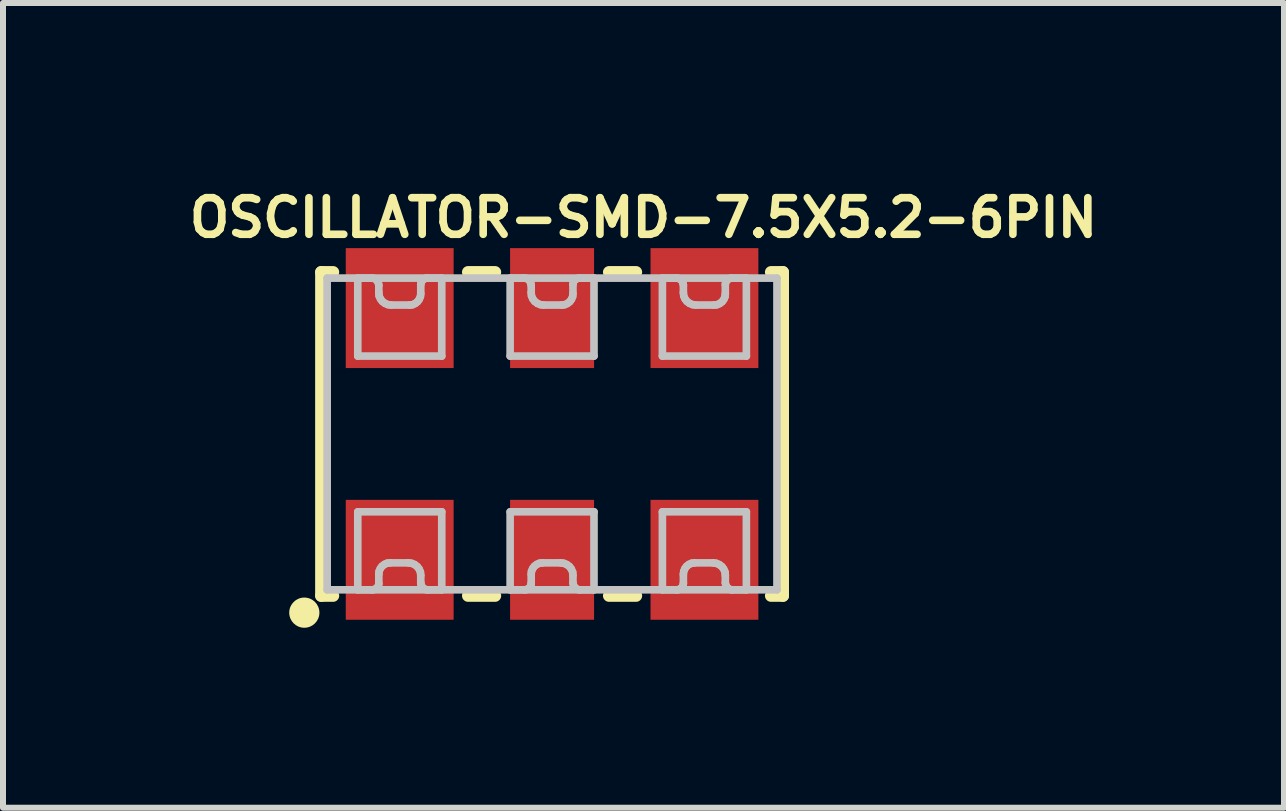
<source format=kicad_pcb>
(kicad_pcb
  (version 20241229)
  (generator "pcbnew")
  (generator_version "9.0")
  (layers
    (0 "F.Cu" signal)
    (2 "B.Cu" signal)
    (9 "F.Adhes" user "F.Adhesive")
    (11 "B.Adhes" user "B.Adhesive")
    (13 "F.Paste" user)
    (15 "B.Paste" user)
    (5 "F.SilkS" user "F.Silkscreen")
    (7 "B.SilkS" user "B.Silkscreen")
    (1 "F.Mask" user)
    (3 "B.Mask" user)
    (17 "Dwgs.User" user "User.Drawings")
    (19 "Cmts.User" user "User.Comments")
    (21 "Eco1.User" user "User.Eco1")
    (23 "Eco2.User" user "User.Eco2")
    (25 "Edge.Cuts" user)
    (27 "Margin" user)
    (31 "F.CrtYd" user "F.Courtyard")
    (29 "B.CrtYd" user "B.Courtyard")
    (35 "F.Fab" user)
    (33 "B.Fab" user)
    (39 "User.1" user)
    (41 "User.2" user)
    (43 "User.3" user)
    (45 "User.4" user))
  (footprint "OSCILLATOR-SMD-7.5X5.2-6PIN"
    (layer "F.Cu")
    (at 6.153 4.184)
    (property "Reference" "OSCILLATOR-SMD-7.5X5.2-6PIN" (at 1.524 -3.604 0) (layer "F.SilkS") (effects (font (size 0.61 0.61) (thickness 0.127))))
    (attr smd)
    (fp_line (start -3.848 -2.697) (end -3.848 2.697) (stroke (width 0.203) (type solid)) (layer "F.SilkS"))
    (fp_line (start -3.848 -2.697) (end -3.65 -2.697) (stroke (width 0.203) (type solid)) (layer "F.SilkS"))
    (fp_line (start -3.848 2.697) (end -3.65 2.697) (stroke (width 0.203) (type solid)) (layer "F.SilkS"))
    (fp_line (start -1.4 -2.697) (end -0.95 -2.697) (stroke (width 0.203) (type solid)) (layer "F.SilkS"))
    (fp_line (start -1.4 2.697) (end -0.95 2.697) (stroke (width 0.203) (type solid)) (layer "F.SilkS"))
    (fp_line (start 0.95 -2.697) (end 1.4 -2.697) (stroke (width 0.203) (type solid)) (layer "F.SilkS"))
    (fp_line (start 0.95 2.697) (end 1.4 2.697) (stroke (width 0.203) (type solid)) (layer "F.SilkS"))
    (fp_line (start 3.65 -2.697) (end 3.848 -2.697) (stroke (width 0.203) (type solid)) (layer "F.SilkS"))
    (fp_line (start 3.65 2.697) (end 3.848 2.697) (stroke (width 0.203) (type solid)) (layer "F.SilkS"))
    (fp_line (start 3.848 2.697) (end 3.848 -2.697) (stroke (width 0.203) (type solid)) (layer "F.SilkS"))
    (fp_circle (center -4.13 2.979) (end -4.308 3.157) (stroke (width 0) (type solid)) (fill yes) (layer "F.SilkS"))
    (fp_line (start -3.749 -2.598) (end -3.749 2.598) (stroke (width 0.127) (type solid)) (layer "Dwgs.User"))
    (fp_line (start -3.749 2.598) (end 3.749 2.598) (stroke (width 0.127) (type solid)) (layer "Dwgs.User"))
    (fp_line (start -3.239 -2.598) (end -3.005 -2.598) (stroke (width 0.127) (type solid)) (layer "Dwgs.User"))
    (fp_line (start -3.239 -1.298) (end -3.239 -2.598) (stroke (width 0.127) (type solid)) (layer "Dwgs.User"))
    (fp_line (start -3.239 1.298) (end -1.839 1.298) (stroke (width 0.127) (type solid)) (layer "Dwgs.User"))
    (fp_line (start -3.239 2.598) (end -3.239 1.298) (stroke (width 0.127) (type solid)) (layer "Dwgs.User"))
    (fp_line (start -3.005 -2.598) (end -2.969 -2.593) (stroke (width 0.127) (type solid)) (layer "Dwgs.User"))
    (fp_line (start -2.997 2.598) (end -3.239 2.598) (stroke (width 0.127) (type solid)) (layer "Dwgs.User"))
    (fp_line (start -2.969 -2.593) (end -2.936 -2.576) (stroke (width 0.127) (type solid)) (layer "Dwgs.User"))
    (fp_line (start -2.964 2.593) (end -2.997 2.598) (stroke (width 0.127) (type solid)) (layer "Dwgs.User"))
    (fp_line (start -2.936 -2.576) (end -2.911 -2.55) (stroke (width 0.127) (type solid)) (layer "Dwgs.User"))
    (fp_line (start -2.934 2.578) (end -2.964 2.593) (stroke (width 0.127) (type solid)) (layer "Dwgs.User"))
    (fp_line (start -2.911 -2.55) (end -2.896 -2.517) (stroke (width 0.127) (type solid)) (layer "Dwgs.User"))
    (fp_line (start -2.908 2.555) (end -2.934 2.578) (stroke (width 0.127) (type solid)) (layer "Dwgs.User"))
    (fp_line (start -2.896 -2.517) (end -2.888 -2.482) (stroke (width 0.127) (type solid)) (layer "Dwgs.User"))
    (fp_line (start -2.893 2.525) (end -2.908 2.555) (stroke (width 0.127) (type solid)) (layer "Dwgs.User"))
    (fp_line (start -2.888 -2.482) (end -2.888 -2.355) (stroke (width 0.127) (type solid)) (layer "Dwgs.User"))
    (fp_line (start -2.888 -2.355) (end -2.883 -2.301) (stroke (width 0.127) (type solid)) (layer "Dwgs.User"))
    (fp_line (start -2.888 2.337) (end -2.888 2.492) (stroke (width 0.127) (type solid)) (layer "Dwgs.User"))
    (fp_line (start -2.888 2.492) (end -2.893 2.525) (stroke (width 0.127) (type solid)) (layer "Dwgs.User"))
    (fp_line (start -2.883 -2.301) (end -2.86 -2.25) (stroke (width 0.127) (type solid)) (layer "Dwgs.User"))
    (fp_line (start -2.883 2.289) (end -2.888 2.337) (stroke (width 0.127) (type solid)) (layer "Dwgs.User"))
    (fp_line (start -2.863 2.243) (end -2.883 2.289) (stroke (width 0.127) (type solid)) (layer "Dwgs.User"))
    (fp_line (start -2.86 -2.25) (end -2.83 -2.21) (stroke (width 0.127) (type solid)) (layer "Dwgs.User"))
    (fp_line (start -2.835 2.205) (end -2.863 2.243) (stroke (width 0.127) (type solid)) (layer "Dwgs.User"))
    (fp_line (start -2.83 -2.21) (end -2.786 -2.177) (stroke (width 0.127) (type solid)) (layer "Dwgs.User"))
    (fp_line (start -2.794 2.174) (end -2.835 2.205) (stroke (width 0.127) (type solid)) (layer "Dwgs.User"))
    (fp_line (start -2.786 -2.177) (end -2.736 -2.156) (stroke (width 0.127) (type solid)) (layer "Dwgs.User"))
    (fp_line (start -2.748 2.154) (end -2.794 2.174) (stroke (width 0.127) (type solid)) (layer "Dwgs.User"))
    (fp_line (start -2.736 -2.156) (end -2.685 -2.149) (stroke (width 0.127) (type solid)) (layer "Dwgs.User"))
    (fp_line (start -2.7 2.149) (end -2.748 2.154) (stroke (width 0.127) (type solid)) (layer "Dwgs.User"))
    (fp_line (start -2.685 -2.149) (end -2.377 -2.149) (stroke (width 0.127) (type solid)) (layer "Dwgs.User"))
    (fp_line (start -2.393 2.149) (end -2.7 2.149) (stroke (width 0.127) (type solid)) (layer "Dwgs.User"))
    (fp_line (start -2.377 -2.149) (end -2.329 -2.154) (stroke (width 0.127) (type solid)) (layer "Dwgs.User"))
    (fp_line (start -2.342 2.156) (end -2.393 2.149) (stroke (width 0.127) (type solid)) (layer "Dwgs.User"))
    (fp_line (start -2.329 -2.154) (end -2.283 -2.174) (stroke (width 0.127) (type solid)) (layer "Dwgs.User"))
    (fp_line (start -2.291 2.177) (end -2.342 2.156) (stroke (width 0.127) (type solid)) (layer "Dwgs.User"))
    (fp_line (start -2.283 -2.174) (end -2.243 -2.205) (stroke (width 0.127) (type solid)) (layer "Dwgs.User"))
    (fp_line (start -2.248 2.21) (end -2.291 2.177) (stroke (width 0.127) (type solid)) (layer "Dwgs.User"))
    (fp_line (start -2.243 -2.205) (end -2.215 -2.243) (stroke (width 0.127) (type solid)) (layer "Dwgs.User"))
    (fp_line (start -2.217 2.25) (end -2.248 2.21) (stroke (width 0.127) (type solid)) (layer "Dwgs.User"))
    (fp_line (start -2.215 -2.243) (end -2.195 -2.289) (stroke (width 0.127) (type solid)) (layer "Dwgs.User"))
    (fp_line (start -2.195 -2.289) (end -2.189 -2.337) (stroke (width 0.127) (type solid)) (layer "Dwgs.User"))
    (fp_line (start -2.195 2.301) (end -2.217 2.25) (stroke (width 0.127) (type solid)) (layer "Dwgs.User"))
    (fp_line (start -2.189 -2.492) (end -2.184 -2.525) (stroke (width 0.127) (type solid)) (layer "Dwgs.User"))
    (fp_line (start -2.189 -2.337) (end -2.189 -2.492) (stroke (width 0.127) (type solid)) (layer "Dwgs.User"))
    (fp_line (start -2.189 2.355) (end -2.195 2.301) (stroke (width 0.127) (type solid)) (layer "Dwgs.User"))
    (fp_line (start -2.189 2.482) (end -2.189 2.355) (stroke (width 0.127) (type solid)) (layer "Dwgs.User"))
    (fp_line (start -2.184 -2.525) (end -2.169 -2.555) (stroke (width 0.127) (type solid)) (layer "Dwgs.User"))
    (fp_line (start -2.182 2.517) (end -2.189 2.482) (stroke (width 0.127) (type solid)) (layer "Dwgs.User"))
    (fp_line (start -2.169 -2.555) (end -2.144 -2.578) (stroke (width 0.127) (type solid)) (layer "Dwgs.User"))
    (fp_line (start -2.167 2.55) (end -2.182 2.517) (stroke (width 0.127) (type solid)) (layer "Dwgs.User"))
    (fp_line (start -2.144 -2.578) (end -2.113 -2.593) (stroke (width 0.127) (type solid)) (layer "Dwgs.User"))
    (fp_line (start -2.141 2.576) (end -2.167 2.55) (stroke (width 0.127) (type solid)) (layer "Dwgs.User"))
    (fp_line (start -2.113 -2.593) (end -2.08 -2.598) (stroke (width 0.127) (type solid)) (layer "Dwgs.User"))
    (fp_line (start -2.108 2.593) (end -2.141 2.576) (stroke (width 0.127) (type solid)) (layer "Dwgs.User"))
    (fp_line (start -2.08 -2.598) (end -1.839 -2.598) (stroke (width 0.127) (type solid)) (layer "Dwgs.User"))
    (fp_line (start -2.073 2.598) (end -2.108 2.593) (stroke (width 0.127) (type solid)) (layer "Dwgs.User"))
    (fp_line (start -1.839 -2.598) (end -1.839 -1.298) (stroke (width 0.127) (type solid)) (layer "Dwgs.User"))
    (fp_line (start -1.839 -1.298) (end -3.239 -1.298) (stroke (width 0.127) (type solid)) (layer "Dwgs.User"))
    (fp_line (start -1.839 1.298) (end -1.839 2.598) (stroke (width 0.127) (type solid)) (layer "Dwgs.User"))
    (fp_line (start -1.839 2.598) (end -2.073 2.598) (stroke (width 0.127) (type solid)) (layer "Dwgs.User"))
    (fp_line (start -0.699 -2.598) (end -0.465 -2.598) (stroke (width 0.127) (type solid)) (layer "Dwgs.User"))
    (fp_line (start -0.699 -1.298) (end -0.699 -2.598) (stroke (width 0.127) (type solid)) (layer "Dwgs.User"))
    (fp_line (start -0.699 1.298) (end 0.699 1.298) (stroke (width 0.127) (type solid)) (layer "Dwgs.User"))
    (fp_line (start -0.699 2.598) (end -0.699 1.298) (stroke (width 0.127) (type solid)) (layer "Dwgs.User"))
    (fp_line (start -0.465 -2.598) (end -0.429 -2.593) (stroke (width 0.127) (type solid)) (layer "Dwgs.User"))
    (fp_line (start -0.457 2.598) (end -0.699 2.598) (stroke (width 0.127) (type solid)) (layer "Dwgs.User"))
    (fp_line (start -0.429 -2.593) (end -0.396 -2.576) (stroke (width 0.127) (type solid)) (layer "Dwgs.User"))
    (fp_line (start -0.424 2.593) (end -0.457 2.598) (stroke (width 0.127) (type solid)) (layer "Dwgs.User"))
    (fp_line (start -0.396 -2.576) (end -0.371 -2.55) (stroke (width 0.127) (type solid)) (layer "Dwgs.User"))
    (fp_line (start -0.394 2.578) (end -0.424 2.593) (stroke (width 0.127) (type solid)) (layer "Dwgs.User"))
    (fp_line (start -0.371 -2.55) (end -0.356 -2.517) (stroke (width 0.127) (type solid)) (layer "Dwgs.User"))
    (fp_line (start -0.368 2.555) (end -0.394 2.578) (stroke (width 0.127) (type solid)) (layer "Dwgs.User"))
    (fp_line (start -0.356 -2.517) (end -0.348 -2.482) (stroke (width 0.127) (type solid)) (layer "Dwgs.User"))
    (fp_line (start -0.353 2.525) (end -0.368 2.555) (stroke (width 0.127) (type solid)) (layer "Dwgs.User"))
    (fp_line (start -0.348 -2.482) (end -0.348 -2.355) (stroke (width 0.127) (type solid)) (layer "Dwgs.User"))
    (fp_line (start -0.348 -2.355) (end -0.343 -2.301) (stroke (width 0.127) (type solid)) (layer "Dwgs.User"))
    (fp_line (start -0.348 2.337) (end -0.348 2.492) (stroke (width 0.127) (type solid)) (layer "Dwgs.User"))
    (fp_line (start -0.348 2.492) (end -0.353 2.525) (stroke (width 0.127) (type solid)) (layer "Dwgs.User"))
    (fp_line (start -0.343 -2.301) (end -0.32 -2.25) (stroke (width 0.127) (type solid)) (layer "Dwgs.User"))
    (fp_line (start -0.343 2.289) (end -0.348 2.337) (stroke (width 0.127) (type solid)) (layer "Dwgs.User"))
    (fp_line (start -0.323 2.243) (end -0.343 2.289) (stroke (width 0.127) (type solid)) (layer "Dwgs.User"))
    (fp_line (start -0.32 -2.25) (end -0.29 -2.21) (stroke (width 0.127) (type solid)) (layer "Dwgs.User"))
    (fp_line (start -0.295 2.205) (end -0.323 2.243) (stroke (width 0.127) (type solid)) (layer "Dwgs.User"))
    (fp_line (start -0.29 -2.21) (end -0.246 -2.177) (stroke (width 0.127) (type solid)) (layer "Dwgs.User"))
    (fp_line (start -0.254 2.174) (end -0.295 2.205) (stroke (width 0.127) (type solid)) (layer "Dwgs.User"))
    (fp_line (start -0.246 -2.177) (end -0.196 -2.156) (stroke (width 0.127) (type solid)) (layer "Dwgs.User"))
    (fp_line (start -0.208 2.154) (end -0.254 2.174) (stroke (width 0.127) (type solid)) (layer "Dwgs.User"))
    (fp_line (start -0.196 -2.156) (end -0.145 -2.149) (stroke (width 0.127) (type solid)) (layer "Dwgs.User"))
    (fp_line (start -0.16 2.149) (end -0.208 2.154) (stroke (width 0.127) (type solid)) (layer "Dwgs.User"))
    (fp_line (start -0.145 -2.149) (end 0.16 -2.149) (stroke (width 0.127) (type solid)) (layer "Dwgs.User"))
    (fp_line (start 0.145 2.149) (end -0.16 2.149) (stroke (width 0.127) (type solid)) (layer "Dwgs.User"))
    (fp_line (start 0.16 -2.149) (end 0.208 -2.154) (stroke (width 0.127) (type solid)) (layer "Dwgs.User"))
    (fp_line (start 0.196 2.156) (end 0.145 2.149) (stroke (width 0.127) (type solid)) (layer "Dwgs.User"))
    (fp_line (start 0.208 -2.154) (end 0.254 -2.174) (stroke (width 0.127) (type solid)) (layer "Dwgs.User"))
    (fp_line (start 0.246 2.177) (end 0.196 2.156) (stroke (width 0.127) (type solid)) (layer "Dwgs.User"))
    (fp_line (start 0.254 -2.174) (end 0.295 -2.205) (stroke (width 0.127) (type solid)) (layer "Dwgs.User"))
    (fp_line (start 0.29 2.21) (end 0.246 2.177) (stroke (width 0.127) (type solid)) (layer "Dwgs.User"))
    (fp_line (start 0.295 -2.205) (end 0.323 -2.243) (stroke (width 0.127) (type solid)) (layer "Dwgs.User"))
    (fp_line (start 0.32 2.25) (end 0.29 2.21) (stroke (width 0.127) (type solid)) (layer "Dwgs.User"))
    (fp_line (start 0.323 -2.243) (end 0.343 -2.289) (stroke (width 0.127) (type solid)) (layer "Dwgs.User"))
    (fp_line (start 0.343 -2.289) (end 0.348 -2.337) (stroke (width 0.127) (type solid)) (layer "Dwgs.User"))
    (fp_line (start 0.343 2.301) (end 0.32 2.25) (stroke (width 0.127) (type solid)) (layer "Dwgs.User"))
    (fp_line (start 0.348 -2.492) (end 0.353 -2.525) (stroke (width 0.127) (type solid)) (layer "Dwgs.User"))
    (fp_line (start 0.348 -2.337) (end 0.348 -2.492) (stroke (width 0.127) (type solid)) (layer "Dwgs.User"))
    (fp_line (start 0.348 2.355) (end 0.343 2.301) (stroke (width 0.127) (type solid)) (layer "Dwgs.User"))
    (fp_line (start 0.348 2.482) (end 0.348 2.355) (stroke (width 0.127) (type solid)) (layer "Dwgs.User"))
    (fp_line (start 0.353 -2.525) (end 0.368 -2.555) (stroke (width 0.127) (type solid)) (layer "Dwgs.User"))
    (fp_line (start 0.356 2.517) (end 0.348 2.482) (stroke (width 0.127) (type solid)) (layer "Dwgs.User"))
    (fp_line (start 0.368 -2.555) (end 0.394 -2.578) (stroke (width 0.127) (type solid)) (layer "Dwgs.User"))
    (fp_line (start 0.371 2.55) (end 0.356 2.517) (stroke (width 0.127) (type solid)) (layer "Dwgs.User"))
    (fp_line (start 0.394 -2.578) (end 0.424 -2.593) (stroke (width 0.127) (type solid)) (layer "Dwgs.User"))
    (fp_line (start 0.396 2.576) (end 0.371 2.55) (stroke (width 0.127) (type solid)) (layer "Dwgs.User"))
    (fp_line (start 0.424 -2.593) (end 0.457 -2.598) (stroke (width 0.127) (type solid)) (layer "Dwgs.User"))
    (fp_line (start 0.429 2.593) (end 0.396 2.576) (stroke (width 0.127) (type solid)) (layer "Dwgs.User"))
    (fp_line (start 0.457 -2.598) (end 0.699 -2.598) (stroke (width 0.127) (type solid)) (layer "Dwgs.User"))
    (fp_line (start 0.465 2.598) (end 0.429 2.593) (stroke (width 0.127) (type solid)) (layer "Dwgs.User"))
    (fp_line (start 0.699 -2.598) (end 0.699 -1.298) (stroke (width 0.127) (type solid)) (layer "Dwgs.User"))
    (fp_line (start 0.699 -1.298) (end -0.699 -1.298) (stroke (width 0.127) (type solid)) (layer "Dwgs.User"))
    (fp_line (start 0.699 1.298) (end 0.699 2.598) (stroke (width 0.127) (type solid)) (layer "Dwgs.User"))
    (fp_line (start 0.699 2.598) (end 0.465 2.598) (stroke (width 0.127) (type solid)) (layer "Dwgs.User"))
    (fp_line (start 1.839 -2.598) (end 2.073 -2.598) (stroke (width 0.127) (type solid)) (layer "Dwgs.User"))
    (fp_line (start 1.839 -1.298) (end 1.839 -2.598) (stroke (width 0.127) (type solid)) (layer "Dwgs.User"))
    (fp_line (start 1.839 1.298) (end 3.239 1.298) (stroke (width 0.127) (type solid)) (layer "Dwgs.User"))
    (fp_line (start 1.839 2.598) (end 1.839 1.298) (stroke (width 0.127) (type solid)) (layer "Dwgs.User"))
    (fp_line (start 2.073 -2.598) (end 2.108 -2.593) (stroke (width 0.127) (type solid)) (layer "Dwgs.User"))
    (fp_line (start 2.08 2.598) (end 1.839 2.598) (stroke (width 0.127) (type solid)) (layer "Dwgs.User"))
    (fp_line (start 2.108 -2.593) (end 2.141 -2.576) (stroke (width 0.127) (type solid)) (layer "Dwgs.User"))
    (fp_line (start 2.113 2.593) (end 2.08 2.598) (stroke (width 0.127) (type solid)) (layer "Dwgs.User"))
    (fp_line (start 2.141 -2.576) (end 2.167 -2.55) (stroke (width 0.127) (type solid)) (layer "Dwgs.User"))
    (fp_line (start 2.144 2.578) (end 2.113 2.593) (stroke (width 0.127) (type solid)) (layer "Dwgs.User"))
    (fp_line (start 2.167 -2.55) (end 2.182 -2.517) (stroke (width 0.127) (type solid)) (layer "Dwgs.User"))
    (fp_line (start 2.169 2.555) (end 2.144 2.578) (stroke (width 0.127) (type solid)) (layer "Dwgs.User"))
    (fp_line (start 2.182 -2.517) (end 2.189 -2.482) (stroke (width 0.127) (type solid)) (layer "Dwgs.User"))
    (fp_line (start 2.184 2.525) (end 2.169 2.555) (stroke (width 0.127) (type solid)) (layer "Dwgs.User"))
    (fp_line (start 2.189 -2.482) (end 2.189 -2.355) (stroke (width 0.127) (type solid)) (layer "Dwgs.User"))
    (fp_line (start 2.189 -2.355) (end 2.195 -2.301) (stroke (width 0.127) (type solid)) (layer "Dwgs.User"))
    (fp_line (start 2.189 2.337) (end 2.189 2.492) (stroke (width 0.127) (type solid)) (layer "Dwgs.User"))
    (fp_line (start 2.189 2.492) (end 2.184 2.525) (stroke (width 0.127) (type solid)) (layer "Dwgs.User"))
    (fp_line (start 2.195 -2.301) (end 2.217 -2.25) (stroke (width 0.127) (type solid)) (layer "Dwgs.User"))
    (fp_line (start 2.195 2.289) (end 2.189 2.337) (stroke (width 0.127) (type solid)) (layer "Dwgs.User"))
    (fp_line (start 2.215 2.243) (end 2.195 2.289) (stroke (width 0.127) (type solid)) (layer "Dwgs.User"))
    (fp_line (start 2.217 -2.25) (end 2.248 -2.21) (stroke (width 0.127) (type solid)) (layer "Dwgs.User"))
    (fp_line (start 2.243 2.205) (end 2.215 2.243) (stroke (width 0.127) (type solid)) (layer "Dwgs.User"))
    (fp_line (start 2.248 -2.21) (end 2.291 -2.177) (stroke (width 0.127) (type solid)) (layer "Dwgs.User"))
    (fp_line (start 2.283 2.174) (end 2.243 2.205) (stroke (width 0.127) (type solid)) (layer "Dwgs.User"))
    (fp_line (start 2.291 -2.177) (end 2.342 -2.156) (stroke (width 0.127) (type solid)) (layer "Dwgs.User"))
    (fp_line (start 2.329 2.154) (end 2.283 2.174) (stroke (width 0.127) (type solid)) (layer "Dwgs.User"))
    (fp_line (start 2.342 -2.156) (end 2.393 -2.149) (stroke (width 0.127) (type solid)) (layer "Dwgs.User"))
    (fp_line (start 2.377 2.149) (end 2.329 2.154) (stroke (width 0.127) (type solid)) (layer "Dwgs.User"))
    (fp_line (start 2.393 -2.149) (end 2.7 -2.149) (stroke (width 0.127) (type solid)) (layer "Dwgs.User"))
    (fp_line (start 2.685 2.149) (end 2.377 2.149) (stroke (width 0.127) (type solid)) (layer "Dwgs.User"))
    (fp_line (start 2.7 -2.149) (end 2.748 -2.154) (stroke (width 0.127) (type solid)) (layer "Dwgs.User"))
    (fp_line (start 2.736 2.156) (end 2.685 2.149) (stroke (width 0.127) (type solid)) (layer "Dwgs.User"))
    (fp_line (start 2.748 -2.154) (end 2.794 -2.174) (stroke (width 0.127) (type solid)) (layer "Dwgs.User"))
    (fp_line (start 2.786 2.177) (end 2.736 2.156) (stroke (width 0.127) (type solid)) (layer "Dwgs.User"))
    (fp_line (start 2.794 -2.174) (end 2.835 -2.205) (stroke (width 0.127) (type solid)) (layer "Dwgs.User"))
    (fp_line (start 2.83 2.21) (end 2.786 2.177) (stroke (width 0.127) (type solid)) (layer "Dwgs.User"))
    (fp_line (start 2.835 -2.205) (end 2.863 -2.243) (stroke (width 0.127) (type solid)) (layer "Dwgs.User"))
    (fp_line (start 2.86 2.25) (end 2.83 2.21) (stroke (width 0.127) (type solid)) (layer "Dwgs.User"))
    (fp_line (start 2.863 -2.243) (end 2.883 -2.289) (stroke (width 0.127) (type solid)) (layer "Dwgs.User"))
    (fp_line (start 2.883 -2.289) (end 2.888 -2.337) (stroke (width 0.127) (type solid)) (layer "Dwgs.User"))
    (fp_line (start 2.883 2.301) (end 2.86 2.25) (stroke (width 0.127) (type solid)) (layer "Dwgs.User"))
    (fp_line (start 2.888 -2.492) (end 2.893 -2.525) (stroke (width 0.127) (type solid)) (layer "Dwgs.User"))
    (fp_line (start 2.888 -2.337) (end 2.888 -2.492) (stroke (width 0.127) (type solid)) (layer "Dwgs.User"))
    (fp_line (start 2.888 2.355) (end 2.883 2.301) (stroke (width 0.127) (type solid)) (layer "Dwgs.User"))
    (fp_line (start 2.888 2.482) (end 2.888 2.355) (stroke (width 0.127) (type solid)) (layer "Dwgs.User"))
    (fp_line (start 2.893 -2.525) (end 2.908 -2.555) (stroke (width 0.127) (type solid)) (layer "Dwgs.User"))
    (fp_line (start 2.896 2.517) (end 2.888 2.482) (stroke (width 0.127) (type solid)) (layer "Dwgs.User"))
    (fp_line (start 2.908 -2.555) (end 2.934 -2.578) (stroke (width 0.127) (type solid)) (layer "Dwgs.User"))
    (fp_line (start 2.911 2.55) (end 2.896 2.517) (stroke (width 0.127) (type solid)) (layer "Dwgs.User"))
    (fp_line (start 2.934 -2.578) (end 2.964 -2.593) (stroke (width 0.127) (type solid)) (layer "Dwgs.User"))
    (fp_line (start 2.936 2.576) (end 2.911 2.55) (stroke (width 0.127) (type solid)) (layer "Dwgs.User"))
    (fp_line (start 2.964 -2.593) (end 2.997 -2.598) (stroke (width 0.127) (type solid)) (layer "Dwgs.User"))
    (fp_line (start 2.969 2.593) (end 2.936 2.576) (stroke (width 0.127) (type solid)) (layer "Dwgs.User"))
    (fp_line (start 2.997 -2.598) (end 3.239 -2.598) (stroke (width 0.127) (type solid)) (layer "Dwgs.User"))
    (fp_line (start 3.005 2.598) (end 2.969 2.593) (stroke (width 0.127) (type solid)) (layer "Dwgs.User"))
    (fp_line (start 3.239 -2.598) (end 3.239 -1.298) (stroke (width 0.127) (type solid)) (layer "Dwgs.User"))
    (fp_line (start 3.239 -1.298) (end 1.839 -1.298) (stroke (width 0.127) (type solid)) (layer "Dwgs.User"))
    (fp_line (start 3.239 1.298) (end 3.239 2.598) (stroke (width 0.127) (type solid)) (layer "Dwgs.User"))
    (fp_line (start 3.239 2.598) (end 3.005 2.598) (stroke (width 0.127) (type solid)) (layer "Dwgs.User"))
    (fp_line (start 3.749 -2.598) (end -3.749 -2.598) (stroke (width 0.127) (type solid)) (layer "Dwgs.User"))
    (fp_line (start 3.749 2.598) (end 3.749 -2.598) (stroke (width 0.127) (type solid)) (layer "Dwgs.User"))
    (pad "1" smd rect (at -2.54 2.098 90) (size 1.999 1.798) (layers "F.Cu" "F.Mask" "F.Paste"))
    (pad "2" smd rect (at 2.54 2.098 90) (size 1.999 1.798) (layers "F.Cu" "F.Mask" "F.Paste"))
    (pad "3" smd rect (at 2.54 -2.098 90) (size 1.999 1.798) (layers "F.Cu" "F.Mask" "F.Paste"))
    (pad "4" smd rect (at -2.54 -2.098 90) (size 1.999 1.798) (layers "F.Cu" "F.Mask" "F.Paste"))
    (pad "NC0" smd rect (at 0 2.098 90) (size 1.999 1.4) (layers "F.Cu" "F.Mask" "F.Paste"))
    (pad "NC1" smd rect (at 0 -2.098 90) (size 1.999 1.4) (layers "F.Cu" "F.Mask" "F.Paste")))
  (gr_rect
    (start -3 -3)
    (end 18.354 10.415)
    (stroke (width 0.1) (type default))
    (fill no)
    (layer "Edge.Cuts")))
</source>
